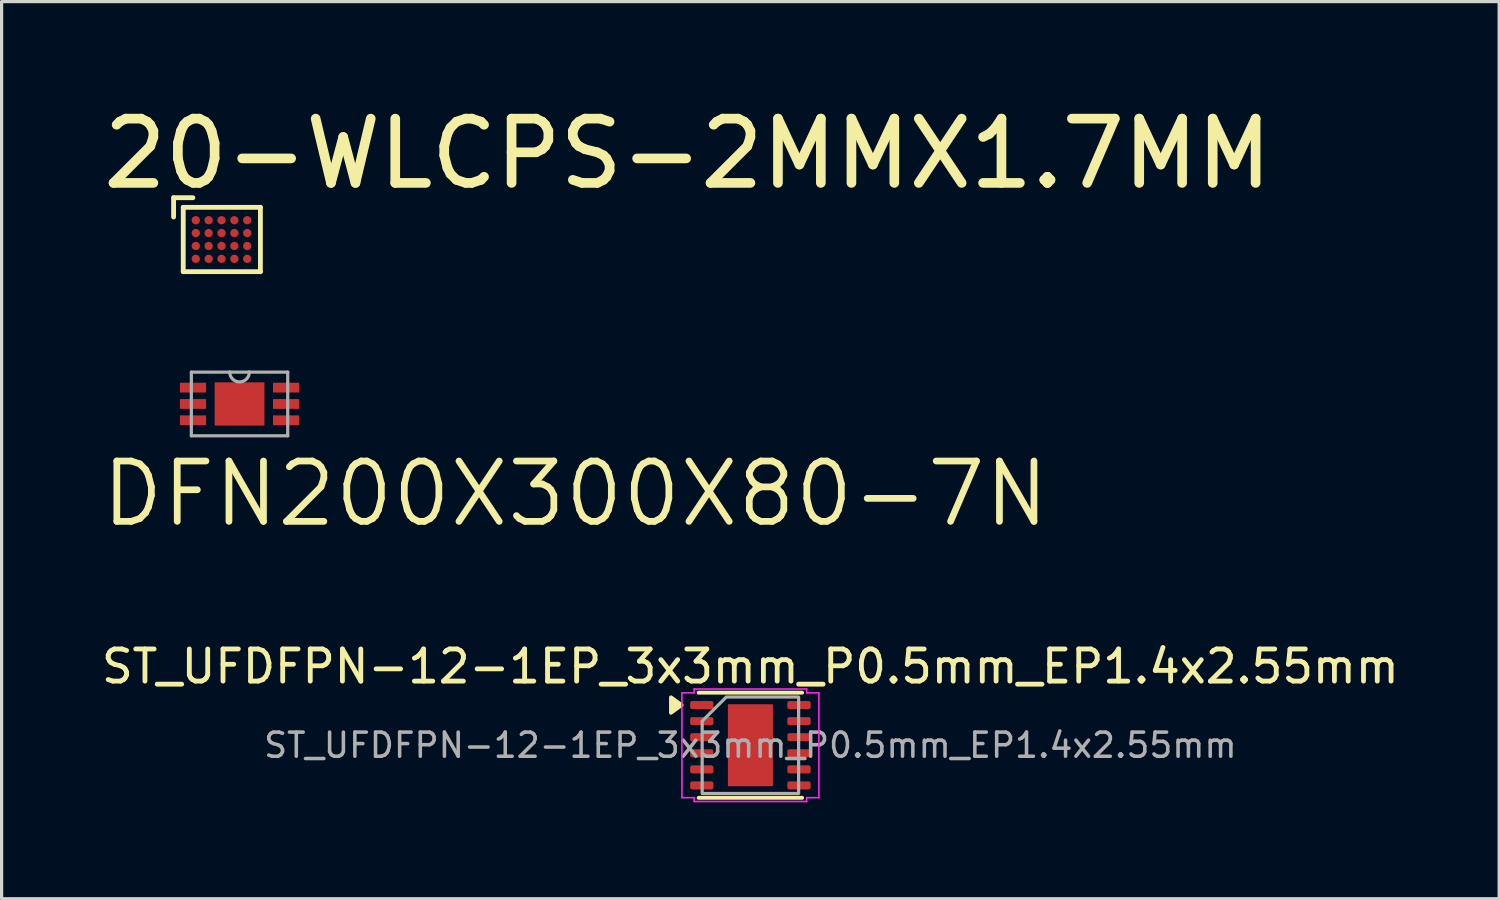
<source format=kicad_pcb>
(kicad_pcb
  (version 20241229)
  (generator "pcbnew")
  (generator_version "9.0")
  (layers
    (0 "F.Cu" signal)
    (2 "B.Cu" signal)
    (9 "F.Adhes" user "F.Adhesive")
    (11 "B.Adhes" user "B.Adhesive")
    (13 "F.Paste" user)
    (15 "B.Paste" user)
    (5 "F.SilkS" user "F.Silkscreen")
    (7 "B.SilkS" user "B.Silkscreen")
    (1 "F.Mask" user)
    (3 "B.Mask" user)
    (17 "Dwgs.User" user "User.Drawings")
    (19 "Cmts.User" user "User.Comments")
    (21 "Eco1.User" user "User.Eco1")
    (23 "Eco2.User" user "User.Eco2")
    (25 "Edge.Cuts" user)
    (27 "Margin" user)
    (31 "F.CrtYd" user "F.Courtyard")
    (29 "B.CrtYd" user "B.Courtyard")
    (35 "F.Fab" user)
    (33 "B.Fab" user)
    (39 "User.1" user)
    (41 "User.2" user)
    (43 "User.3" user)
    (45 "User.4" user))
  (footprint "20-WLCPS-2MMX1.7MM"
    (layer "F.Cu")
    (at 3.8 4.4)
    (property "Reference" "20-WLCPS-2MMX1.7MM" (at -3.8 -1.5 0) (unlocked yes) (layer "F.SilkS") (effects (font (size 2 2) (thickness 0.3)) (justify left bottom)))
    (fp_line (start -1.45 -1.3) (end -1.45 -0.7) (stroke (width 0.15) (type solid)) (layer "F.SilkS"))
    (fp_line (start -1.15 -1) (end 1.25 -1) (stroke (width 0.15) (type solid)) (layer "F.SilkS"))
    (fp_line (start -1.15 1) (end -1.15 -1) (stroke (width 0.15) (type solid)) (layer "F.SilkS"))
    (fp_line (start -0.85 -1.3) (end -1.45 -1.3) (stroke (width 0.15) (type solid)) (layer "F.SilkS"))
    (fp_line (start 1.25 -1) (end 1.25 1) (stroke (width 0.15) (type solid)) (layer "F.SilkS"))
    (fp_line (start 1.25 1) (end -1.15 1) (stroke (width 0.15) (type solid)) (layer "F.SilkS"))
    (pad "A1" smd roundrect (at -0.76 -0.6) (size 0.26 0.26) (layers "F.Cu" "F.Mask" "F.Paste") (roundrect_rratio 0.5))
    (pad "A2" smd roundrect (at -0.36 -0.6) (size 0.26 0.26) (layers "F.Cu" "F.Mask" "F.Paste") (roundrect_rratio 0.5))
    (pad "A3" smd roundrect (at 0.04 -0.6) (size 0.26 0.26) (layers "F.Cu" "F.Mask" "F.Paste") (roundrect_rratio 0.5))
    (pad "A4" smd roundrect (at 0.44 -0.6) (size 0.26 0.26) (layers "F.Cu" "F.Mask" "F.Paste") (roundrect_rratio 0.5))
    (pad "A5" smd roundrect (at 0.84 -0.6) (size 0.26 0.26) (layers "F.Cu" "F.Mask" "F.Paste") (roundrect_rratio 0.5))
    (pad "B1" smd roundrect (at -0.76 -0.2) (size 0.26 0.26) (layers "F.Cu" "F.Mask" "F.Paste") (roundrect_rratio 0.5))
    (pad "B2" smd roundrect (at -0.36 -0.2) (size 0.26 0.26) (layers "F.Cu" "F.Mask" "F.Paste") (roundrect_rratio 0.5))
    (pad "B3" smd roundrect (at 0.04 -0.2) (size 0.26 0.26) (layers "F.Cu" "F.Mask" "F.Paste") (roundrect_rratio 0.5))
    (pad "B4" smd roundrect (at 0.44 -0.2) (size 0.26 0.26) (layers "F.Cu" "F.Mask" "F.Paste") (roundrect_rratio 0.5))
    (pad "B5" smd roundrect (at 0.84 -0.2) (size 0.26 0.26) (layers "F.Cu" "F.Mask" "F.Paste") (roundrect_rratio 0.5))
    (pad "C1" smd roundrect (at -0.76 0.201) (size 0.26 0.26) (layers "F.Cu" "F.Mask" "F.Paste") (roundrect_rratio 0.5))
    (pad "C2" smd roundrect (at -0.36 0.201) (size 0.26 0.26) (layers "F.Cu" "F.Mask" "F.Paste") (roundrect_rratio 0.5))
    (pad "C3" smd roundrect (at 0.04 0.201) (size 0.26 0.26) (layers "F.Cu" "F.Mask" "F.Paste") (roundrect_rratio 0.5))
    (pad "C4" smd roundrect (at 0.44 0.201) (size 0.26 0.26) (layers "F.Cu" "F.Mask" "F.Paste") (roundrect_rratio 0.5))
    (pad "C5" smd roundrect (at 0.84 0.201) (size 0.26 0.26) (layers "F.Cu" "F.Mask" "F.Paste") (roundrect_rratio 0.5))
    (pad "D1" smd roundrect (at -0.76 0.601) (size 0.26 0.26) (layers "F.Cu" "F.Mask" "F.Paste") (roundrect_rratio 0.5))
    (pad "D2" smd roundrect (at -0.36 0.601) (size 0.26 0.26) (layers "F.Cu" "F.Mask" "F.Paste") (roundrect_rratio 0.5))
    (pad "D3" smd roundrect (at 0.04 0.601) (size 0.26 0.26) (layers "F.Cu" "F.Mask" "F.Paste") (roundrect_rratio 0.5))
    (pad "D4" smd roundrect (at 0.44 0.601) (size 0.26 0.26) (layers "F.Cu" "F.Mask" "F.Paste") (roundrect_rratio 0.5))
    (pad "D5" smd roundrect (at 0.84 0.601) (size 0.26 0.26) (layers "F.Cu" "F.Mask" "F.Paste") (roundrect_rratio 0.5)))
  (footprint "DFN200X300X80-7N"
    (layer "F.Cu")
    (at 4.401 9.516)
    (property "Reference" "DFN200X300X80-7N" (at -4.401 3.893 0) (unlocked yes) (layer "F.SilkS") (effects (font (size 1.878 1.878) (thickness 0.209)) (justify left bottom)))
    (fp_line (start -1.499 -0.991) (end -1.499 0.991) (stroke (width 0.1) (type solid)) (layer "F.Fab"))
    (fp_line (start -1.499 0.991) (end 1.499 0.991) (stroke (width 0.1) (type solid)) (layer "F.Fab"))
    (fp_line (start -0.305 -0.991) (end -1.499 -0.991) (stroke (width 0.1) (type solid)) (layer "F.Fab"))
    (fp_line (start 0.305 -0.991) (end -0.305 -0.991) (stroke (width 0.1) (type solid)) (layer "F.Fab"))
    (fp_line (start 1.499 -0.991) (end 0.305 -0.991) (stroke (width 0.1) (type solid)) (layer "F.Fab"))
    (fp_line (start 1.499 0.991) (end 1.499 -0.991) (stroke (width 0.1) (type solid)) (layer "F.Fab"))
    (fp_arc (start 0.3048 -0.9906) (mid 0 -0.6858) (end -0.3048 -0.9906) (stroke (width 0.1) (type solid)) (layer "F.Fab"))
    (pad "1" smd rect (at -1.448 -0.508) (size 0.813 0.305) (layers "F.Cu" "F.Mask" "F.Paste"))
    (pad "2" smd rect (at -1.448 0) (size 0.813 0.305) (layers "F.Cu" "F.Mask" "F.Paste"))
    (pad "3" smd rect (at -1.448 0.508) (size 0.813 0.305) (layers "F.Cu" "F.Mask" "F.Paste"))
    (pad "4" smd rect (at 1.448 0.508) (size 0.813 0.305) (layers "F.Cu" "F.Mask" "F.Paste"))
    (pad "5" smd rect (at 1.448 0) (size 0.813 0.305) (layers "F.Cu" "F.Mask" "F.Paste"))
    (pad "6" smd rect (at 1.448 -0.508) (size 0.813 0.305) (layers "F.Cu" "F.Mask" "F.Paste"))
    (pad "7" smd rect (at 0 0) (size 1.549 1.346) (layers "F.Cu" "F.Mask" "F.Paste")))
  (footprint "ST_UFDFPN-12-1EP_3x3mm_P0.5mm_EP1.4x2.55mm"
    (layer "F.Cu")
    (at 20.292 20.132)
    (property "Reference" "ST_UFDFPN-12-1EP_3x3mm_P0.5mm_EP1.4x2.55mm" (at 0 -2.45 0) (layer "F.SilkS") (effects (font (size 1 1) (thickness 0.15))))
    (attr smd)
    (fp_line (start -1.61 -1.635) (end 1.61 -1.635) (stroke (width 0.12) (type solid)) (layer "F.SilkS"))
    (fp_line (start 1.61 1.635) (end -1.61 1.635) (stroke (width 0.12) (type solid)) (layer "F.SilkS"))
    (fp_poly (pts (xy -2.14 -1.25) (xy -2.47 -1.01) (xy -2.47 -1.49)) (stroke (width 0.12) (type solid)) (fill yes) (layer "F.SilkS"))
    (fp_line (start -2.13 -1.63) (end -1.75 -1.63) (stroke (width 0.05) (type solid)) (layer "F.CrtYd"))
    (fp_line (start -2.13 1.63) (end -2.13 -1.63) (stroke (width 0.05) (type solid)) (layer "F.CrtYd"))
    (fp_line (start -1.75 -1.75) (end 1.75 -1.75) (stroke (width 0.05) (type solid)) (layer "F.CrtYd"))
    (fp_line (start -1.75 -1.63) (end -1.75 -1.75) (stroke (width 0.05) (type solid)) (layer "F.CrtYd"))
    (fp_line (start -1.75 1.63) (end -2.13 1.63) (stroke (width 0.05) (type solid)) (layer "F.CrtYd"))
    (fp_line (start -1.75 1.75) (end -1.75 1.63) (stroke (width 0.05) (type solid)) (layer "F.CrtYd"))
    (fp_line (start 1.75 -1.75) (end 1.75 -1.63) (stroke (width 0.05) (type solid)) (layer "F.CrtYd"))
    (fp_line (start 1.75 -1.63) (end 2.13 -1.63) (stroke (width 0.05) (type solid)) (layer "F.CrtYd"))
    (fp_line (start 1.75 1.63) (end 1.75 1.75) (stroke (width 0.05) (type solid)) (layer "F.CrtYd"))
    (fp_line (start 1.75 1.75) (end -1.75 1.75) (stroke (width 0.05) (type solid)) (layer "F.CrtYd"))
    (fp_line (start 2.13 -1.63) (end 2.13 1.63) (stroke (width 0.05) (type solid)) (layer "F.CrtYd"))
    (fp_line (start 2.13 1.63) (end 1.75 1.63) (stroke (width 0.05) (type solid)) (layer "F.CrtYd"))
    (fp_poly (pts (xy -1.5 -0.75) (xy -1.5 1.5) (xy 1.5 1.5) (xy 1.5 -1.5) (xy -0.75 -1.5)) (stroke (width 0.1) (type solid)) (fill no) (layer "F.Fab"))
    (fp_text user "${REFERENCE}" (at 0 0 0) (layer "F.Fab") (effects (font (size 0.75 0.75) (thickness 0.11))))
    (pad "" smd roundrect (at 0 0) (size 1.13 2.06) (layers "F.Paste") (roundrect_rratio 0.221))
    (pad "1" smd roundrect (at -1.512 -1.25) (size 0.725 0.25) (layers "F.Cu" "F.Mask" "F.Paste") (roundrect_rratio 0.25))
    (pad "2" smd roundrect (at -1.512 -0.75) (size 0.725 0.25) (layers "F.Cu" "F.Mask" "F.Paste") (roundrect_rratio 0.25))
    (pad "3" smd roundrect (at -1.512 -0.25) (size 0.725 0.25) (layers "F.Cu" "F.Mask" "F.Paste") (roundrect_rratio 0.25))
    (pad "4" smd roundrect (at -1.512 0.25) (size 0.725 0.25) (layers "F.Cu" "F.Mask" "F.Paste") (roundrect_rratio 0.25))
    (pad "5" smd roundrect (at -1.512 0.75) (size 0.725 0.25) (layers "F.Cu" "F.Mask" "F.Paste") (roundrect_rratio 0.25))
    (pad "6" smd roundrect (at -1.512 1.25) (size 0.725 0.25) (layers "F.Cu" "F.Mask" "F.Paste") (roundrect_rratio 0.25))
    (pad "7" smd roundrect (at 1.512 1.25) (size 0.725 0.25) (layers "F.Cu" "F.Mask" "F.Paste") (roundrect_rratio 0.25))
    (pad "8" smd roundrect (at 1.512 0.75) (size 0.725 0.25) (layers "F.Cu" "F.Mask" "F.Paste") (roundrect_rratio 0.25))
    (pad "9" smd roundrect (at 1.512 0.25) (size 0.725 0.25) (layers "F.Cu" "F.Mask" "F.Paste") (roundrect_rratio 0.25))
    (pad "10" smd roundrect (at 1.512 -0.25) (size 0.725 0.25) (layers "F.Cu" "F.Mask" "F.Paste") (roundrect_rratio 0.25))
    (pad "11" smd roundrect (at 1.512 -0.75) (size 0.725 0.25) (layers "F.Cu" "F.Mask" "F.Paste") (roundrect_rratio 0.25))
    (pad "12" smd roundrect (at 1.512 -1.25) (size 0.725 0.25) (layers "F.Cu" "F.Mask" "F.Paste") (roundrect_rratio 0.25))
    (pad "13" smd rect (at 0 0) (size 1.4 2.55) (property pad_prop_heatsink) (layers "F.Cu" "F.Mask")))
  (gr_rect
    (start -3 -3)
    (end 43.583 24.907)
    (stroke (width 0.1) (type default))
    (fill no)
    (layer "Edge.Cuts")))
</source>
